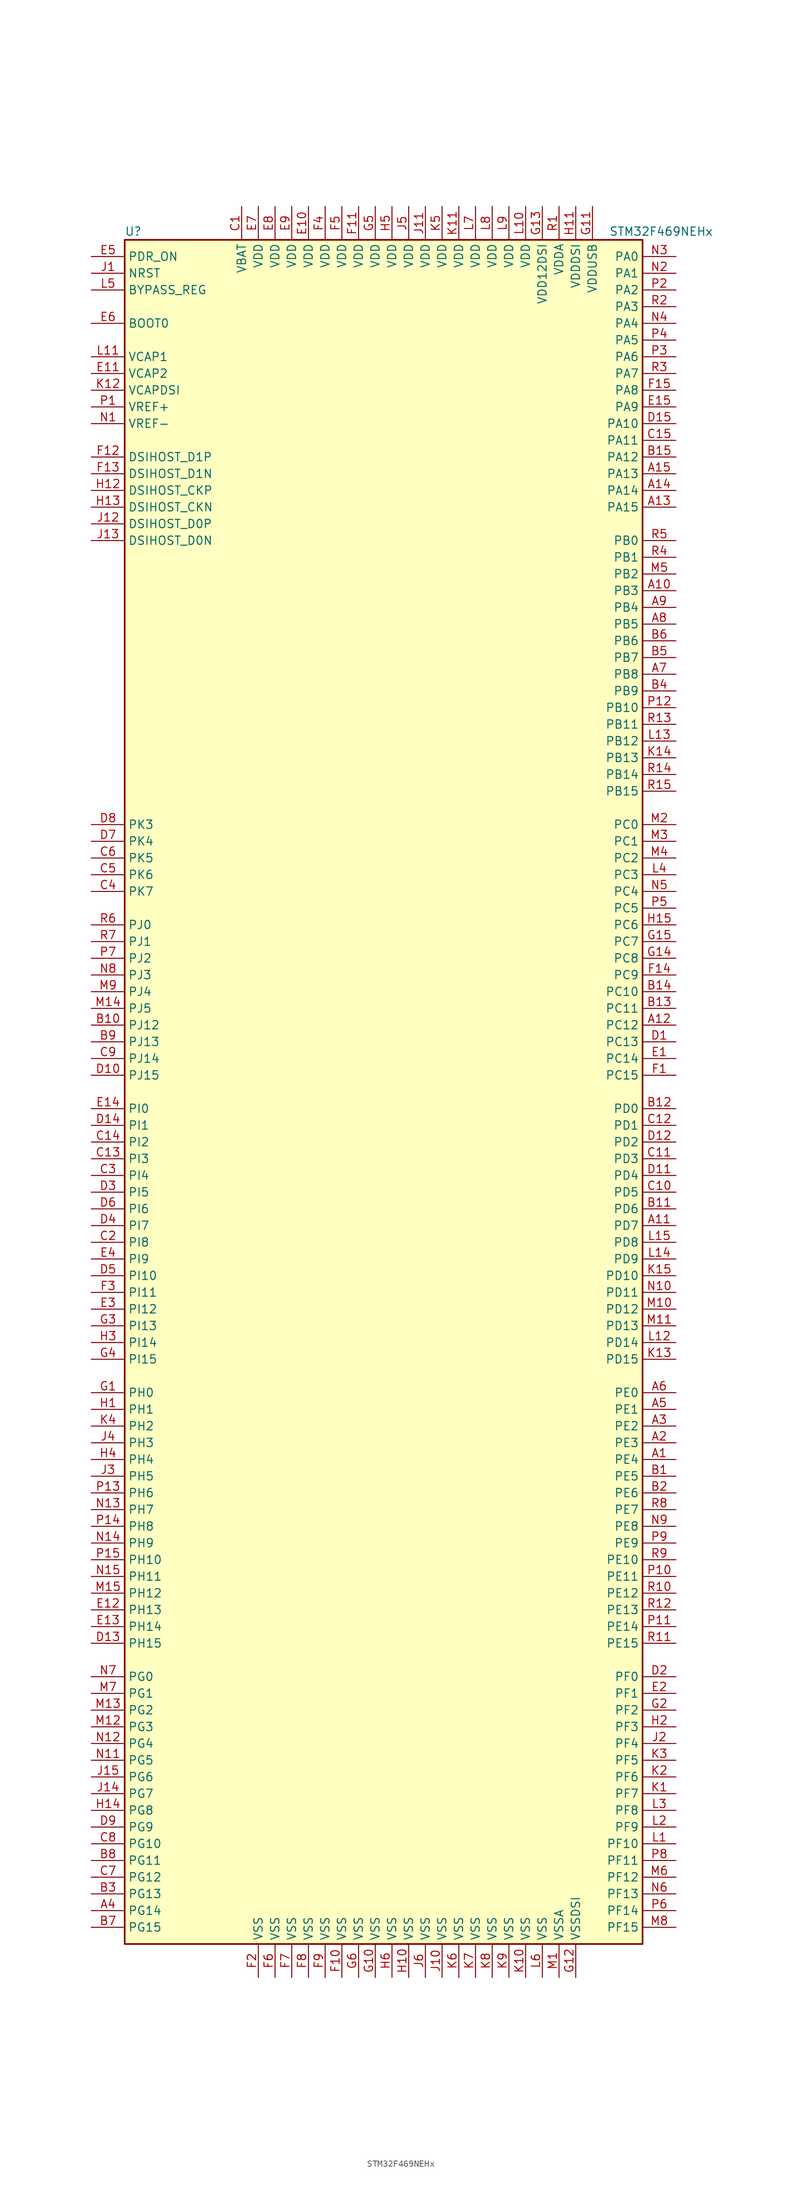
<source format=kicad_sym>
(kicad_symbol_lib
  (version 20201005)
  (generator kicad_symbol_editor)
  (symbol "STM32F469NEHx"
    (property "Reference" "U"
      (at -40.64 130.81 0)
      (effects (font (size 1.27 1.27)) (justify left)))
    (property "Value" "STM32F469NEHx"
      (at 33.02 130.81 0)
      (effects (font (size 1.27 1.27)) (justify left)))
    (symbol "STM32F469NEHx_0_1"
      (rectangle (start -40.64 -129.54) (end 38.1 129.54) (stroke (width 0.254)) (fill (type background))))
    (symbol "STM32F469NEHx_1_1"
      (pin input line (at -45.72 116.84 0) (length 5.08) (name "BOOT0" (effects (font (size 1.27 1.27)))) (number "E6" (effects (font (size 1.27 1.27)))))
      (pin input line (at -45.72 121.92 0) (length 5.08) (name "BYPASS_REG" (effects (font (size 1.27 1.27)))) (number "L5" (effects (font (size 1.27 1.27)))))
      (pin bidirectional line (at -45.72 88.9 0) (length 5.08) (name "DSIHOST_CKN" (effects (font (size 1.27 1.27)))) (number "H13" (effects (font (size 1.27 1.27)))))
      (pin bidirectional line (at -45.72 91.44 0) (length 5.08) (name "DSIHOST_CKP" (effects (font (size 1.27 1.27)))) (number "H12" (effects (font (size 1.27 1.27)))))
      (pin bidirectional line (at -45.72 83.82 0) (length 5.08) (name "DSIHOST_D0N" (effects (font (size 1.27 1.27)))) (number "J13" (effects (font (size 1.27 1.27)))))
      (pin bidirectional line (at -45.72 86.36 0) (length 5.08) (name "DSIHOST_D0P" (effects (font (size 1.27 1.27)))) (number "J12" (effects (font (size 1.27 1.27)))))
      (pin bidirectional line (at -45.72 93.98 0) (length 5.08) (name "DSIHOST_D1N" (effects (font (size 1.27 1.27)))) (number "F13" (effects (font (size 1.27 1.27)))))
      (pin bidirectional line (at -45.72 96.52 0) (length 5.08) (name "DSIHOST_D1P" (effects (font (size 1.27 1.27)))) (number "F12" (effects (font (size 1.27 1.27)))))
      (pin input line (at -45.72 124.46 0) (length 5.08) (name "NRST" (effects (font (size 1.27 1.27)))) (number "J1" (effects (font (size 1.27 1.27)))))
      (pin bidirectional line (at 43.18 127 180) (length 5.08) (name "PA0" (effects (font (size 1.27 1.27)))) (number "N3" (effects (font (size 1.27 1.27)))))
      (pin bidirectional line (at 43.18 124.46 180) (length 5.08) (name "PA1" (effects (font (size 1.27 1.27)))) (number "N2" (effects (font (size 1.27 1.27)))))
      (pin bidirectional line (at 43.18 101.6 180) (length 5.08) (name "PA10" (effects (font (size 1.27 1.27)))) (number "D15" (effects (font (size 1.27 1.27)))))
      (pin bidirectional line (at 43.18 99.06 180) (length 5.08) (name "PA11" (effects (font (size 1.27 1.27)))) (number "C15" (effects (font (size 1.27 1.27)))))
      (pin bidirectional line (at 43.18 96.52 180) (length 5.08) (name "PA12" (effects (font (size 1.27 1.27)))) (number "B15" (effects (font (size 1.27 1.27)))))
      (pin bidirectional line (at 43.18 93.98 180) (length 5.08) (name "PA13" (effects (font (size 1.27 1.27)))) (number "A15" (effects (font (size 1.27 1.27)))))
      (pin bidirectional line (at 43.18 91.44 180) (length 5.08) (name "PA14" (effects (font (size 1.27 1.27)))) (number "A14" (effects (font (size 1.27 1.27)))))
      (pin bidirectional line (at 43.18 88.9 180) (length 5.08) (name "PA15" (effects (font (size 1.27 1.27)))) (number "A13" (effects (font (size 1.27 1.27)))))
      (pin bidirectional line (at 43.18 121.92 180) (length 5.08) (name "PA2" (effects (font (size 1.27 1.27)))) (number "P2" (effects (font (size 1.27 1.27)))))
      (pin bidirectional line (at 43.18 119.38 180) (length 5.08) (name "PA3" (effects (font (size 1.27 1.27)))) (number "R2" (effects (font (size 1.27 1.27)))))
      (pin bidirectional line (at 43.18 116.84 180) (length 5.08) (name "PA4" (effects (font (size 1.27 1.27)))) (number "N4" (effects (font (size 1.27 1.27)))))
      (pin bidirectional line (at 43.18 114.3 180) (length 5.08) (name "PA5" (effects (font (size 1.27 1.27)))) (number "P4" (effects (font (size 1.27 1.27)))))
      (pin bidirectional line (at 43.18 111.76 180) (length 5.08) (name "PA6" (effects (font (size 1.27 1.27)))) (number "P3" (effects (font (size 1.27 1.27)))))
      (pin bidirectional line (at 43.18 109.22 180) (length 5.08) (name "PA7" (effects (font (size 1.27 1.27)))) (number "R3" (effects (font (size 1.27 1.27)))))
      (pin bidirectional line (at 43.18 106.68 180) (length 5.08) (name "PA8" (effects (font (size 1.27 1.27)))) (number "F15" (effects (font (size 1.27 1.27)))))
      (pin bidirectional line (at 43.18 104.14 180) (length 5.08) (name "PA9" (effects (font (size 1.27 1.27)))) (number "E15" (effects (font (size 1.27 1.27)))))
      (pin bidirectional line (at 43.18 83.82 180) (length 5.08) (name "PB0" (effects (font (size 1.27 1.27)))) (number "R5" (effects (font (size 1.27 1.27)))))
      (pin bidirectional line (at 43.18 81.28 180) (length 5.08) (name "PB1" (effects (font (size 1.27 1.27)))) (number "R4" (effects (font (size 1.27 1.27)))))
      (pin bidirectional line (at 43.18 58.42 180) (length 5.08) (name "PB10" (effects (font (size 1.27 1.27)))) (number "P12" (effects (font (size 1.27 1.27)))))
      (pin bidirectional line (at 43.18 55.88 180) (length 5.08) (name "PB11" (effects (font (size 1.27 1.27)))) (number "R13" (effects (font (size 1.27 1.27)))))
      (pin bidirectional line (at 43.18 53.34 180) (length 5.08) (name "PB12" (effects (font (size 1.27 1.27)))) (number "L13" (effects (font (size 1.27 1.27)))))
      (pin bidirectional line (at 43.18 50.8 180) (length 5.08) (name "PB13" (effects (font (size 1.27 1.27)))) (number "K14" (effects (font (size 1.27 1.27)))))
      (pin bidirectional line (at 43.18 48.26 180) (length 5.08) (name "PB14" (effects (font (size 1.27 1.27)))) (number "R14" (effects (font (size 1.27 1.27)))))
      (pin bidirectional line (at 43.18 45.72 180) (length 5.08) (name "PB15" (effects (font (size 1.27 1.27)))) (number "R15" (effects (font (size 1.27 1.27)))))
      (pin bidirectional line (at 43.18 78.74 180) (length 5.08) (name "PB2" (effects (font (size 1.27 1.27)))) (number "M5" (effects (font (size 1.27 1.27)))))
      (pin bidirectional line (at 43.18 76.2 180) (length 5.08) (name "PB3" (effects (font (size 1.27 1.27)))) (number "A10" (effects (font (size 1.27 1.27)))))
      (pin bidirectional line (at 43.18 73.66 180) (length 5.08) (name "PB4" (effects (font (size 1.27 1.27)))) (number "A9" (effects (font (size 1.27 1.27)))))
      (pin bidirectional line (at 43.18 71.12 180) (length 5.08) (name "PB5" (effects (font (size 1.27 1.27)))) (number "A8" (effects (font (size 1.27 1.27)))))
      (pin bidirectional line (at 43.18 68.58 180) (length 5.08) (name "PB6" (effects (font (size 1.27 1.27)))) (number "B6" (effects (font (size 1.27 1.27)))))
      (pin bidirectional line (at 43.18 66.04 180) (length 5.08) (name "PB7" (effects (font (size 1.27 1.27)))) (number "B5" (effects (font (size 1.27 1.27)))))
      (pin bidirectional line (at 43.18 63.5 180) (length 5.08) (name "PB8" (effects (font (size 1.27 1.27)))) (number "A7" (effects (font (size 1.27 1.27)))))
      (pin bidirectional line (at 43.18 60.96 180) (length 5.08) (name "PB9" (effects (font (size 1.27 1.27)))) (number "B4" (effects (font (size 1.27 1.27)))))
      (pin bidirectional line (at 43.18 40.64 180) (length 5.08) (name "PC0" (effects (font (size 1.27 1.27)))) (number "M2" (effects (font (size 1.27 1.27)))))
      (pin bidirectional line (at 43.18 38.1 180) (length 5.08) (name "PC1" (effects (font (size 1.27 1.27)))) (number "M3" (effects (font (size 1.27 1.27)))))
      (pin bidirectional line (at 43.18 15.24 180) (length 5.08) (name "PC10" (effects (font (size 1.27 1.27)))) (number "B14" (effects (font (size 1.27 1.27)))))
      (pin bidirectional line (at 43.18 12.7 180) (length 5.08) (name "PC11" (effects (font (size 1.27 1.27)))) (number "B13" (effects (font (size 1.27 1.27)))))
      (pin bidirectional line (at 43.18 10.16 180) (length 5.08) (name "PC12" (effects (font (size 1.27 1.27)))) (number "A12" (effects (font (size 1.27 1.27)))))
      (pin bidirectional line (at 43.18 7.62 180) (length 5.08) (name "PC13" (effects (font (size 1.27 1.27)))) (number "D1" (effects (font (size 1.27 1.27)))))
      (pin bidirectional line (at 43.18 5.08 180) (length 5.08) (name "PC14" (effects (font (size 1.27 1.27)))) (number "E1" (effects (font (size 1.27 1.27)))))
      (pin bidirectional line (at 43.18 2.54 180) (length 5.08) (name "PC15" (effects (font (size 1.27 1.27)))) (number "F1" (effects (font (size 1.27 1.27)))))
      (pin bidirectional line (at 43.18 35.56 180) (length 5.08) (name "PC2" (effects (font (size 1.27 1.27)))) (number "M4" (effects (font (size 1.27 1.27)))))
      (pin bidirectional line (at 43.18 33.02 180) (length 5.08) (name "PC3" (effects (font (size 1.27 1.27)))) (number "L4" (effects (font (size 1.27 1.27)))))
      (pin bidirectional line (at 43.18 30.48 180) (length 5.08) (name "PC4" (effects (font (size 1.27 1.27)))) (number "N5" (effects (font (size 1.27 1.27)))))
      (pin bidirectional line (at 43.18 27.94 180) (length 5.08) (name "PC5" (effects (font (size 1.27 1.27)))) (number "P5" (effects (font (size 1.27 1.27)))))
      (pin bidirectional line (at 43.18 25.4 180) (length 5.08) (name "PC6" (effects (font (size 1.27 1.27)))) (number "H15" (effects (font (size 1.27 1.27)))))
      (pin bidirectional line (at 43.18 22.86 180) (length 5.08) (name "PC7" (effects (font (size 1.27 1.27)))) (number "G15" (effects (font (size 1.27 1.27)))))
      (pin bidirectional line (at 43.18 20.32 180) (length 5.08) (name "PC8" (effects (font (size 1.27 1.27)))) (number "G14" (effects (font (size 1.27 1.27)))))
      (pin bidirectional line (at 43.18 17.78 180) (length 5.08) (name "PC9" (effects (font (size 1.27 1.27)))) (number "F14" (effects (font (size 1.27 1.27)))))
      (pin bidirectional line (at 43.18 -2.54 180) (length 5.08) (name "PD0" (effects (font (size 1.27 1.27)))) (number "B12" (effects (font (size 1.27 1.27)))))
      (pin bidirectional line (at 43.18 -5.08 180) (length 5.08) (name "PD1" (effects (font (size 1.27 1.27)))) (number "C12" (effects (font (size 1.27 1.27)))))
      (pin bidirectional line (at 43.18 -27.94 180) (length 5.08) (name "PD10" (effects (font (size 1.27 1.27)))) (number "K15" (effects (font (size 1.27 1.27)))))
      (pin bidirectional line (at 43.18 -30.48 180) (length 5.08) (name "PD11" (effects (font (size 1.27 1.27)))) (number "N10" (effects (font (size 1.27 1.27)))))
      (pin bidirectional line (at 43.18 -33.02 180) (length 5.08) (name "PD12" (effects (font (size 1.27 1.27)))) (number "M10" (effects (font (size 1.27 1.27)))))
      (pin bidirectional line (at 43.18 -35.56 180) (length 5.08) (name "PD13" (effects (font (size 1.27 1.27)))) (number "M11" (effects (font (size 1.27 1.27)))))
      (pin bidirectional line (at 43.18 -38.1 180) (length 5.08) (name "PD14" (effects (font (size 1.27 1.27)))) (number "L12" (effects (font (size 1.27 1.27)))))
      (pin bidirectional line (at 43.18 -40.64 180) (length 5.08) (name "PD15" (effects (font (size 1.27 1.27)))) (number "K13" (effects (font (size 1.27 1.27)))))
      (pin bidirectional line (at 43.18 -7.62 180) (length 5.08) (name "PD2" (effects (font (size 1.27 1.27)))) (number "D12" (effects (font (size 1.27 1.27)))))
      (pin bidirectional line (at 43.18 -10.16 180) (length 5.08) (name "PD3" (effects (font (size 1.27 1.27)))) (number "C11" (effects (font (size 1.27 1.27)))))
      (pin bidirectional line (at 43.18 -12.7 180) (length 5.08) (name "PD4" (effects (font (size 1.27 1.27)))) (number "D11" (effects (font (size 1.27 1.27)))))
      (pin bidirectional line (at 43.18 -15.24 180) (length 5.08) (name "PD5" (effects (font (size 1.27 1.27)))) (number "C10" (effects (font (size 1.27 1.27)))))
      (pin bidirectional line (at 43.18 -17.78 180) (length 5.08) (name "PD6" (effects (font (size 1.27 1.27)))) (number "B11" (effects (font (size 1.27 1.27)))))
      (pin bidirectional line (at 43.18 -20.32 180) (length 5.08) (name "PD7" (effects (font (size 1.27 1.27)))) (number "A11" (effects (font (size 1.27 1.27)))))
      (pin bidirectional line (at 43.18 -22.86 180) (length 5.08) (name "PD8" (effects (font (size 1.27 1.27)))) (number "L15" (effects (font (size 1.27 1.27)))))
      (pin bidirectional line (at 43.18 -25.4 180) (length 5.08) (name "PD9" (effects (font (size 1.27 1.27)))) (number "L14" (effects (font (size 1.27 1.27)))))
      (pin input line (at -45.72 127 0) (length 5.08) (name "PDR_ON" (effects (font (size 1.27 1.27)))) (number "E5" (effects (font (size 1.27 1.27)))))
      (pin bidirectional line (at 43.18 -45.72 180) (length 5.08) (name "PE0" (effects (font (size 1.27 1.27)))) (number "A6" (effects (font (size 1.27 1.27)))))
      (pin bidirectional line (at 43.18 -48.26 180) (length 5.08) (name "PE1" (effects (font (size 1.27 1.27)))) (number "A5" (effects (font (size 1.27 1.27)))))
      (pin bidirectional line (at 43.18 -71.12 180) (length 5.08) (name "PE10" (effects (font (size 1.27 1.27)))) (number "R9" (effects (font (size 1.27 1.27)))))
      (pin bidirectional line (at 43.18 -73.66 180) (length 5.08) (name "PE11" (effects (font (size 1.27 1.27)))) (number "P10" (effects (font (size 1.27 1.27)))))
      (pin bidirectional line (at 43.18 -76.2 180) (length 5.08) (name "PE12" (effects (font (size 1.27 1.27)))) (number "R10" (effects (font (size 1.27 1.27)))))
      (pin bidirectional line (at 43.18 -78.74 180) (length 5.08) (name "PE13" (effects (font (size 1.27 1.27)))) (number "R12" (effects (font (size 1.27 1.27)))))
      (pin bidirectional line (at 43.18 -81.28 180) (length 5.08) (name "PE14" (effects (font (size 1.27 1.27)))) (number "P11" (effects (font (size 1.27 1.27)))))
      (pin bidirectional line (at 43.18 -83.82 180) (length 5.08) (name "PE15" (effects (font (size 1.27 1.27)))) (number "R11" (effects (font (size 1.27 1.27)))))
      (pin bidirectional line (at 43.18 -50.8 180) (length 5.08) (name "PE2" (effects (font (size 1.27 1.27)))) (number "A3" (effects (font (size 1.27 1.27)))))
      (pin bidirectional line (at 43.18 -53.34 180) (length 5.08) (name "PE3" (effects (font (size 1.27 1.27)))) (number "A2" (effects (font (size 1.27 1.27)))))
      (pin bidirectional line (at 43.18 -55.88 180) (length 5.08) (name "PE4" (effects (font (size 1.27 1.27)))) (number "A1" (effects (font (size 1.27 1.27)))))
      (pin bidirectional line (at 43.18 -58.42 180) (length 5.08) (name "PE5" (effects (font (size 1.27 1.27)))) (number "B1" (effects (font (size 1.27 1.27)))))
      (pin bidirectional line (at 43.18 -60.96 180) (length 5.08) (name "PE6" (effects (font (size 1.27 1.27)))) (number "B2" (effects (font (size 1.27 1.27)))))
      (pin bidirectional line (at 43.18 -63.5 180) (length 5.08) (name "PE7" (effects (font (size 1.27 1.27)))) (number "R8" (effects (font (size 1.27 1.27)))))
      (pin bidirectional line (at 43.18 -66.04 180) (length 5.08) (name "PE8" (effects (font (size 1.27 1.27)))) (number "N9" (effects (font (size 1.27 1.27)))))
      (pin bidirectional line (at 43.18 -68.58 180) (length 5.08) (name "PE9" (effects (font (size 1.27 1.27)))) (number "P9" (effects (font (size 1.27 1.27)))))
      (pin bidirectional line (at 43.18 -88.9 180) (length 5.08) (name "PF0" (effects (font (size 1.27 1.27)))) (number "D2" (effects (font (size 1.27 1.27)))))
      (pin bidirectional line (at 43.18 -91.44 180) (length 5.08) (name "PF1" (effects (font (size 1.27 1.27)))) (number "E2" (effects (font (size 1.27 1.27)))))
      (pin bidirectional line (at 43.18 -114.3 180) (length 5.08) (name "PF10" (effects (font (size 1.27 1.27)))) (number "L1" (effects (font (size 1.27 1.27)))))
      (pin bidirectional line (at 43.18 -116.84 180) (length 5.08) (name "PF11" (effects (font (size 1.27 1.27)))) (number "P8" (effects (font (size 1.27 1.27)))))
      (pin bidirectional line (at 43.18 -119.38 180) (length 5.08) (name "PF12" (effects (font (size 1.27 1.27)))) (number "M6" (effects (font (size 1.27 1.27)))))
      (pin bidirectional line (at 43.18 -121.92 180) (length 5.08) (name "PF13" (effects (font (size 1.27 1.27)))) (number "N6" (effects (font (size 1.27 1.27)))))
      (pin bidirectional line (at 43.18 -124.46 180) (length 5.08) (name "PF14" (effects (font (size 1.27 1.27)))) (number "P6" (effects (font (size 1.27 1.27)))))
      (pin bidirectional line (at 43.18 -127 180) (length 5.08) (name "PF15" (effects (font (size 1.27 1.27)))) (number "M8" (effects (font (size 1.27 1.27)))))
      (pin bidirectional line (at 43.18 -93.98 180) (length 5.08) (name "PF2" (effects (font (size 1.27 1.27)))) (number "G2" (effects (font (size 1.27 1.27)))))
      (pin bidirectional line (at 43.18 -96.52 180) (length 5.08) (name "PF3" (effects (font (size 1.27 1.27)))) (number "H2" (effects (font (size 1.27 1.27)))))
      (pin bidirectional line (at 43.18 -99.06 180) (length 5.08) (name "PF4" (effects (font (size 1.27 1.27)))) (number "J2" (effects (font (size 1.27 1.27)))))
      (pin bidirectional line (at 43.18 -101.6 180) (length 5.08) (name "PF5" (effects (font (size 1.27 1.27)))) (number "K3" (effects (font (size 1.27 1.27)))))
      (pin bidirectional line (at 43.18 -104.14 180) (length 5.08) (name "PF6" (effects (font (size 1.27 1.27)))) (number "K2" (effects (font (size 1.27 1.27)))))
      (pin bidirectional line (at 43.18 -106.68 180) (length 5.08) (name "PF7" (effects (font (size 1.27 1.27)))) (number "K1" (effects (font (size 1.27 1.27)))))
      (pin bidirectional line (at 43.18 -109.22 180) (length 5.08) (name "PF8" (effects (font (size 1.27 1.27)))) (number "L3" (effects (font (size 1.27 1.27)))))
      (pin bidirectional line (at 43.18 -111.76 180) (length 5.08) (name "PF9" (effects (font (size 1.27 1.27)))) (number "L2" (effects (font (size 1.27 1.27)))))
      (pin bidirectional line (at -45.72 -88.9 0) (length 5.08) (name "PG0" (effects (font (size 1.27 1.27)))) (number "N7" (effects (font (size 1.27 1.27)))))
      (pin bidirectional line (at -45.72 -91.44 0) (length 5.08) (name "PG1" (effects (font (size 1.27 1.27)))) (number "M7" (effects (font (size 1.27 1.27)))))
      (pin bidirectional line (at -45.72 -114.3 0) (length 5.08) (name "PG10" (effects (font (size 1.27 1.27)))) (number "C8" (effects (font (size 1.27 1.27)))))
      (pin bidirectional line (at -45.72 -116.84 0) (length 5.08) (name "PG11" (effects (font (size 1.27 1.27)))) (number "B8" (effects (font (size 1.27 1.27)))))
      (pin bidirectional line (at -45.72 -119.38 0) (length 5.08) (name "PG12" (effects (font (size 1.27 1.27)))) (number "C7" (effects (font (size 1.27 1.27)))))
      (pin bidirectional line (at -45.72 -121.92 0) (length 5.08) (name "PG13" (effects (font (size 1.27 1.27)))) (number "B3" (effects (font (size 1.27 1.27)))))
      (pin bidirectional line (at -45.72 -124.46 0) (length 5.08) (name "PG14" (effects (font (size 1.27 1.27)))) (number "A4" (effects (font (size 1.27 1.27)))))
      (pin bidirectional line (at -45.72 -127 0) (length 5.08) (name "PG15" (effects (font (size 1.27 1.27)))) (number "B7" (effects (font (size 1.27 1.27)))))
      (pin bidirectional line (at -45.72 -93.98 0) (length 5.08) (name "PG2" (effects (font (size 1.27 1.27)))) (number "M13" (effects (font (size 1.27 1.27)))))
      (pin bidirectional line (at -45.72 -96.52 0) (length 5.08) (name "PG3" (effects (font (size 1.27 1.27)))) (number "M12" (effects (font (size 1.27 1.27)))))
      (pin bidirectional line (at -45.72 -99.06 0) (length 5.08) (name "PG4" (effects (font (size 1.27 1.27)))) (number "N12" (effects (font (size 1.27 1.27)))))
      (pin bidirectional line (at -45.72 -101.6 0) (length 5.08) (name "PG5" (effects (font (size 1.27 1.27)))) (number "N11" (effects (font (size 1.27 1.27)))))
      (pin bidirectional line (at -45.72 -104.14 0) (length 5.08) (name "PG6" (effects (font (size 1.27 1.27)))) (number "J15" (effects (font (size 1.27 1.27)))))
      (pin bidirectional line (at -45.72 -106.68 0) (length 5.08) (name "PG7" (effects (font (size 1.27 1.27)))) (number "J14" (effects (font (size 1.27 1.27)))))
      (pin bidirectional line (at -45.72 -109.22 0) (length 5.08) (name "PG8" (effects (font (size 1.27 1.27)))) (number "H14" (effects (font (size 1.27 1.27)))))
      (pin bidirectional line (at -45.72 -111.76 0) (length 5.08) (name "PG9" (effects (font (size 1.27 1.27)))) (number "D9" (effects (font (size 1.27 1.27)))))
      (pin input line (at -45.72 -45.72 0) (length 5.08) (name "PH0" (effects (font (size 1.27 1.27)))) (number "G1" (effects (font (size 1.27 1.27)))))
      (pin input line (at -45.72 -48.26 0) (length 5.08) (name "PH1" (effects (font (size 1.27 1.27)))) (number "H1" (effects (font (size 1.27 1.27)))))
      (pin bidirectional line (at -45.72 -71.12 0) (length 5.08) (name "PH10" (effects (font (size 1.27 1.27)))) (number "P15" (effects (font (size 1.27 1.27)))))
      (pin bidirectional line (at -45.72 -73.66 0) (length 5.08) (name "PH11" (effects (font (size 1.27 1.27)))) (number "N15" (effects (font (size 1.27 1.27)))))
      (pin bidirectional line (at -45.72 -76.2 0) (length 5.08) (name "PH12" (effects (font (size 1.27 1.27)))) (number "M15" (effects (font (size 1.27 1.27)))))
      (pin bidirectional line (at -45.72 -78.74 0) (length 5.08) (name "PH13" (effects (font (size 1.27 1.27)))) (number "E12" (effects (font (size 1.27 1.27)))))
      (pin bidirectional line (at -45.72 -81.28 0) (length 5.08) (name "PH14" (effects (font (size 1.27 1.27)))) (number "E13" (effects (font (size 1.27 1.27)))))
      (pin bidirectional line (at -45.72 -83.82 0) (length 5.08) (name "PH15" (effects (font (size 1.27 1.27)))) (number "D13" (effects (font (size 1.27 1.27)))))
      (pin bidirectional line (at -45.72 -50.8 0) (length 5.08) (name "PH2" (effects (font (size 1.27 1.27)))) (number "K4" (effects (font (size 1.27 1.27)))))
      (pin bidirectional line (at -45.72 -53.34 0) (length 5.08) (name "PH3" (effects (font (size 1.27 1.27)))) (number "J4" (effects (font (size 1.27 1.27)))))
      (pin bidirectional line (at -45.72 -55.88 0) (length 5.08) (name "PH4" (effects (font (size 1.27 1.27)))) (number "H4" (effects (font (size 1.27 1.27)))))
      (pin bidirectional line (at -45.72 -58.42 0) (length 5.08) (name "PH5" (effects (font (size 1.27 1.27)))) (number "J3" (effects (font (size 1.27 1.27)))))
      (pin bidirectional line (at -45.72 -60.96 0) (length 5.08) (name "PH6" (effects (font (size 1.27 1.27)))) (number "P13" (effects (font (size 1.27 1.27)))))
      (pin bidirectional line (at -45.72 -63.5 0) (length 5.08) (name "PH7" (effects (font (size 1.27 1.27)))) (number "N13" (effects (font (size 1.27 1.27)))))
      (pin bidirectional line (at -45.72 -66.04 0) (length 5.08) (name "PH8" (effects (font (size 1.27 1.27)))) (number "P14" (effects (font (size 1.27 1.27)))))
      (pin bidirectional line (at -45.72 -68.58 0) (length 5.08) (name "PH9" (effects (font (size 1.27 1.27)))) (number "N14" (effects (font (size 1.27 1.27)))))
      (pin bidirectional line (at -45.72 -2.54 0) (length 5.08) (name "PI0" (effects (font (size 1.27 1.27)))) (number "E14" (effects (font (size 1.27 1.27)))))
      (pin bidirectional line (at -45.72 -5.08 0) (length 5.08) (name "PI1" (effects (font (size 1.27 1.27)))) (number "D14" (effects (font (size 1.27 1.27)))))
      (pin bidirectional line (at -45.72 -27.94 0) (length 5.08) (name "PI10" (effects (font (size 1.27 1.27)))) (number "D5" (effects (font (size 1.27 1.27)))))
      (pin bidirectional line (at -45.72 -30.48 0) (length 5.08) (name "PI11" (effects (font (size 1.27 1.27)))) (number "F3" (effects (font (size 1.27 1.27)))))
      (pin bidirectional line (at -45.72 -33.02 0) (length 5.08) (name "PI12" (effects (font (size 1.27 1.27)))) (number "E3" (effects (font (size 1.27 1.27)))))
      (pin bidirectional line (at -45.72 -35.56 0) (length 5.08) (name "PI13" (effects (font (size 1.27 1.27)))) (number "G3" (effects (font (size 1.27 1.27)))))
      (pin bidirectional line (at -45.72 -38.1 0) (length 5.08) (name "PI14" (effects (font (size 1.27 1.27)))) (number "H3" (effects (font (size 1.27 1.27)))))
      (pin bidirectional line (at -45.72 -40.64 0) (length 5.08) (name "PI15" (effects (font (size 1.27 1.27)))) (number "G4" (effects (font (size 1.27 1.27)))))
      (pin bidirectional line (at -45.72 -7.62 0) (length 5.08) (name "PI2" (effects (font (size 1.27 1.27)))) (number "C14" (effects (font (size 1.27 1.27)))))
      (pin bidirectional line (at -45.72 -10.16 0) (length 5.08) (name "PI3" (effects (font (size 1.27 1.27)))) (number "C13" (effects (font (size 1.27 1.27)))))
      (pin bidirectional line (at -45.72 -12.7 0) (length 5.08) (name "PI4" (effects (font (size 1.27 1.27)))) (number "C3" (effects (font (size 1.27 1.27)))))
      (pin bidirectional line (at -45.72 -15.24 0) (length 5.08) (name "PI5" (effects (font (size 1.27 1.27)))) (number "D3" (effects (font (size 1.27 1.27)))))
      (pin bidirectional line (at -45.72 -17.78 0) (length 5.08) (name "PI6" (effects (font (size 1.27 1.27)))) (number "D6" (effects (font (size 1.27 1.27)))))
      (pin bidirectional line (at -45.72 -20.32 0) (length 5.08) (name "PI7" (effects (font (size 1.27 1.27)))) (number "D4" (effects (font (size 1.27 1.27)))))
      (pin bidirectional line (at -45.72 -22.86 0) (length 5.08) (name "PI8" (effects (font (size 1.27 1.27)))) (number "C2" (effects (font (size 1.27 1.27)))))
      (pin bidirectional line (at -45.72 -25.4 0) (length 5.08) (name "PI9" (effects (font (size 1.27 1.27)))) (number "E4" (effects (font (size 1.27 1.27)))))
      (pin bidirectional line (at -45.72 25.4 0) (length 5.08) (name "PJ0" (effects (font (size 1.27 1.27)))) (number "R6" (effects (font (size 1.27 1.27)))))
      (pin bidirectional line (at -45.72 22.86 0) (length 5.08) (name "PJ1" (effects (font (size 1.27 1.27)))) (number "R7" (effects (font (size 1.27 1.27)))))
      (pin bidirectional line (at -45.72 10.16 0) (length 5.08) (name "PJ12" (effects (font (size 1.27 1.27)))) (number "B10" (effects (font (size 1.27 1.27)))))
      (pin bidirectional line (at -45.72 7.62 0) (length 5.08) (name "PJ13" (effects (font (size 1.27 1.27)))) (number "B9" (effects (font (size 1.27 1.27)))))
      (pin bidirectional line (at -45.72 5.08 0) (length 5.08) (name "PJ14" (effects (font (size 1.27 1.27)))) (number "C9" (effects (font (size 1.27 1.27)))))
      (pin bidirectional line (at -45.72 2.54 0) (length 5.08) (name "PJ15" (effects (font (size 1.27 1.27)))) (number "D10" (effects (font (size 1.27 1.27)))))
      (pin bidirectional line (at -45.72 20.32 0) (length 5.08) (name "PJ2" (effects (font (size 1.27 1.27)))) (number "P7" (effects (font (size 1.27 1.27)))))
      (pin bidirectional line (at -45.72 17.78 0) (length 5.08) (name "PJ3" (effects (font (size 1.27 1.27)))) (number "N8" (effects (font (size 1.27 1.27)))))
      (pin bidirectional line (at -45.72 15.24 0) (length 5.08) (name "PJ4" (effects (font (size 1.27 1.27)))) (number "M9" (effects (font (size 1.27 1.27)))))
      (pin bidirectional line (at -45.72 12.7 0) (length 5.08) (name "PJ5" (effects (font (size 1.27 1.27)))) (number "M14" (effects (font (size 1.27 1.27)))))
      (pin bidirectional line (at -45.72 40.64 0) (length 5.08) (name "PK3" (effects (font (size 1.27 1.27)))) (number "D8" (effects (font (size 1.27 1.27)))))
      (pin bidirectional line (at -45.72 38.1 0) (length 5.08) (name "PK4" (effects (font (size 1.27 1.27)))) (number "D7" (effects (font (size 1.27 1.27)))))
      (pin bidirectional line (at -45.72 35.56 0) (length 5.08) (name "PK5" (effects (font (size 1.27 1.27)))) (number "C6" (effects (font (size 1.27 1.27)))))
      (pin bidirectional line (at -45.72 33.02 0) (length 5.08) (name "PK6" (effects (font (size 1.27 1.27)))) (number "C5" (effects (font (size 1.27 1.27)))))
      (pin bidirectional line (at -45.72 30.48 0) (length 5.08) (name "PK7" (effects (font (size 1.27 1.27)))) (number "C4" (effects (font (size 1.27 1.27)))))
      (pin power_in line (at -22.86 134.62 270) (length 5.08) (name "VBAT" (effects (font (size 1.27 1.27)))) (number "C1" (effects (font (size 1.27 1.27)))))
      (pin power_in line (at -45.72 111.76 0) (length 5.08) (name "VCAP1" (effects (font (size 1.27 1.27)))) (number "L11" (effects (font (size 1.27 1.27)))))
      (pin power_in line (at -45.72 109.22 0) (length 5.08) (name "VCAP2" (effects (font (size 1.27 1.27)))) (number "E11" (effects (font (size 1.27 1.27)))))
      (pin power_in line (at -45.72 106.68 0) (length 5.08) (name "VCAPDSI" (effects (font (size 1.27 1.27)))) (number "K12" (effects (font (size 1.27 1.27)))))
      (pin power_in line (at -12.7 134.62 270) (length 5.08) (name "VDD" (effects (font (size 1.27 1.27)))) (number "E10" (effects (font (size 1.27 1.27)))))
      (pin power_in line (at -20.32 134.62 270) (length 5.08) (name "VDD" (effects (font (size 1.27 1.27)))) (number "E7" (effects (font (size 1.27 1.27)))))
      (pin power_in line (at -17.78 134.62 270) (length 5.08) (name "VDD" (effects (font (size 1.27 1.27)))) (number "E8" (effects (font (size 1.27 1.27)))))
      (pin power_in line (at -15.24 134.62 270) (length 5.08) (name "VDD" (effects (font (size 1.27 1.27)))) (number "E9" (effects (font (size 1.27 1.27)))))
      (pin power_in line (at -5.08 134.62 270) (length 5.08) (name "VDD" (effects (font (size 1.27 1.27)))) (number "F11" (effects (font (size 1.27 1.27)))))
      (pin power_in line (at -10.16 134.62 270) (length 5.08) (name "VDD" (effects (font (size 1.27 1.27)))) (number "F4" (effects (font (size 1.27 1.27)))))
      (pin power_in line (at -7.62 134.62 270) (length 5.08) (name "VDD" (effects (font (size 1.27 1.27)))) (number "F5" (effects (font (size 1.27 1.27)))))
      (pin power_in line (at -2.54 134.62 270) (length 5.08) (name "VDD" (effects (font (size 1.27 1.27)))) (number "G5" (effects (font (size 1.27 1.27)))))
      (pin power_in line (at 0 134.62 270) (length 5.08) (name "VDD" (effects (font (size 1.27 1.27)))) (number "H5" (effects (font (size 1.27 1.27)))))
      (pin power_in line (at 5.08 134.62 270) (length 5.08) (name "VDD" (effects (font (size 1.27 1.27)))) (number "J11" (effects (font (size 1.27 1.27)))))
      (pin power_in line (at 2.54 134.62 270) (length 5.08) (name "VDD" (effects (font (size 1.27 1.27)))) (number "J5" (effects (font (size 1.27 1.27)))))
      (pin power_in line (at 10.16 134.62 270) (length 5.08) (name "VDD" (effects (font (size 1.27 1.27)))) (number "K11" (effects (font (size 1.27 1.27)))))
      (pin power_in line (at 7.62 134.62 270) (length 5.08) (name "VDD" (effects (font (size 1.27 1.27)))) (number "K5" (effects (font (size 1.27 1.27)))))
      (pin power_in line (at 20.32 134.62 270) (length 5.08) (name "VDD" (effects (font (size 1.27 1.27)))) (number "L10" (effects (font (size 1.27 1.27)))))
      (pin power_in line (at 12.7 134.62 270) (length 5.08) (name "VDD" (effects (font (size 1.27 1.27)))) (number "L7" (effects (font (size 1.27 1.27)))))
      (pin power_in line (at 15.24 134.62 270) (length 5.08) (name "VDD" (effects (font (size 1.27 1.27)))) (number "L8" (effects (font (size 1.27 1.27)))))
      (pin power_in line (at 17.78 134.62 270) (length 5.08) (name "VDD" (effects (font (size 1.27 1.27)))) (number "L9" (effects (font (size 1.27 1.27)))))
      (pin power_in line (at 22.86 134.62 270) (length 5.08) (name "VDD12DSI" (effects (font (size 1.27 1.27)))) (number "G13" (effects (font (size 1.27 1.27)))))
      (pin power_in line (at 25.4 134.62 270) (length 5.08) (name "VDDA" (effects (font (size 1.27 1.27)))) (number "R1" (effects (font (size 1.27 1.27)))))
      (pin power_in line (at 27.94 134.62 270) (length 5.08) (name "VDDDSI" (effects (font (size 1.27 1.27)))) (number "H11" (effects (font (size 1.27 1.27)))))
      (pin power_in line (at 30.48 134.62 270) (length 5.08) (name "VDDUSB" (effects (font (size 1.27 1.27)))) (number "G11" (effects (font (size 1.27 1.27)))))
      (pin power_in line (at -45.72 104.14 0) (length 5.08) (name "VREF+" (effects (font (size 1.27 1.27)))) (number "P1" (effects (font (size 1.27 1.27)))))
      (pin power_in line (at -45.72 101.6 0) (length 5.08) (name "VREF-" (effects (font (size 1.27 1.27)))) (number "N1" (effects (font (size 1.27 1.27)))))
      (pin power_in line (at -7.62 -134.62 90) (length 5.08) (name "VSS" (effects (font (size 1.27 1.27)))) (number "F10" (effects (font (size 1.27 1.27)))))
      (pin power_in line (at -20.32 -134.62 90) (length 5.08) (name "VSS" (effects (font (size 1.27 1.27)))) (number "F2" (effects (font (size 1.27 1.27)))))
      (pin power_in line (at -17.78 -134.62 90) (length 5.08) (name "VSS" (effects (font (size 1.27 1.27)))) (number "F6" (effects (font (size 1.27 1.27)))))
      (pin power_in line (at -15.24 -134.62 90) (length 5.08) (name "VSS" (effects (font (size 1.27 1.27)))) (number "F7" (effects (font (size 1.27 1.27)))))
      (pin power_in line (at -12.7 -134.62 90) (length 5.08) (name "VSS" (effects (font (size 1.27 1.27)))) (number "F8" (effects (font (size 1.27 1.27)))))
      (pin power_in line (at -10.16 -134.62 90) (length 5.08) (name "VSS" (effects (font (size 1.27 1.27)))) (number "F9" (effects (font (size 1.27 1.27)))))
      (pin power_in line (at -2.54 -134.62 90) (length 5.08) (name "VSS" (effects (font (size 1.27 1.27)))) (number "G10" (effects (font (size 1.27 1.27)))))
      (pin power_in line (at -5.08 -134.62 90) (length 5.08) (name "VSS" (effects (font (size 1.27 1.27)))) (number "G6" (effects (font (size 1.27 1.27)))))
      (pin power_in line (at 2.54 -134.62 90) (length 5.08) (name "VSS" (effects (font (size 1.27 1.27)))) (number "H10" (effects (font (size 1.27 1.27)))))
      (pin power_in line (at 0 -134.62 90) (length 5.08) (name "VSS" (effects (font (size 1.27 1.27)))) (number "H6" (effects (font (size 1.27 1.27)))))
      (pin power_in line (at 7.62 -134.62 90) (length 5.08) (name "VSS" (effects (font (size 1.27 1.27)))) (number "J10" (effects (font (size 1.27 1.27)))))
      (pin power_in line (at 5.08 -134.62 90) (length 5.08) (name "VSS" (effects (font (size 1.27 1.27)))) (number "J6" (effects (font (size 1.27 1.27)))))
      (pin power_in line (at 20.32 -134.62 90) (length 5.08) (name "VSS" (effects (font (size 1.27 1.27)))) (number "K10" (effects (font (size 1.27 1.27)))))
      (pin power_in line (at 10.16 -134.62 90) (length 5.08) (name "VSS" (effects (font (size 1.27 1.27)))) (number "K6" (effects (font (size 1.27 1.27)))))
      (pin power_in line (at 12.7 -134.62 90) (length 5.08) (name "VSS" (effects (font (size 1.27 1.27)))) (number "K7" (effects (font (size 1.27 1.27)))))
      (pin power_in line (at 15.24 -134.62 90) (length 5.08) (name "VSS" (effects (font (size 1.27 1.27)))) (number "K8" (effects (font (size 1.27 1.27)))))
      (pin power_in line (at 17.78 -134.62 90) (length 5.08) (name "VSS" (effects (font (size 1.27 1.27)))) (number "K9" (effects (font (size 1.27 1.27)))))
      (pin power_in line (at 22.86 -134.62 90) (length 5.08) (name "VSS" (effects (font (size 1.27 1.27)))) (number "L6" (effects (font (size 1.27 1.27)))))
      (pin power_in line (at 25.4 -134.62 90) (length 5.08) (name "VSSA" (effects (font (size 1.27 1.27)))) (number "M1" (effects (font (size 1.27 1.27)))))
      (pin power_in line (at 27.94 -134.62 90) (length 5.08) (name "VSSDSI" (effects (font (size 1.27 1.27)))) (number "G12" (effects (font (size 1.27 1.27))))))))
</source>
